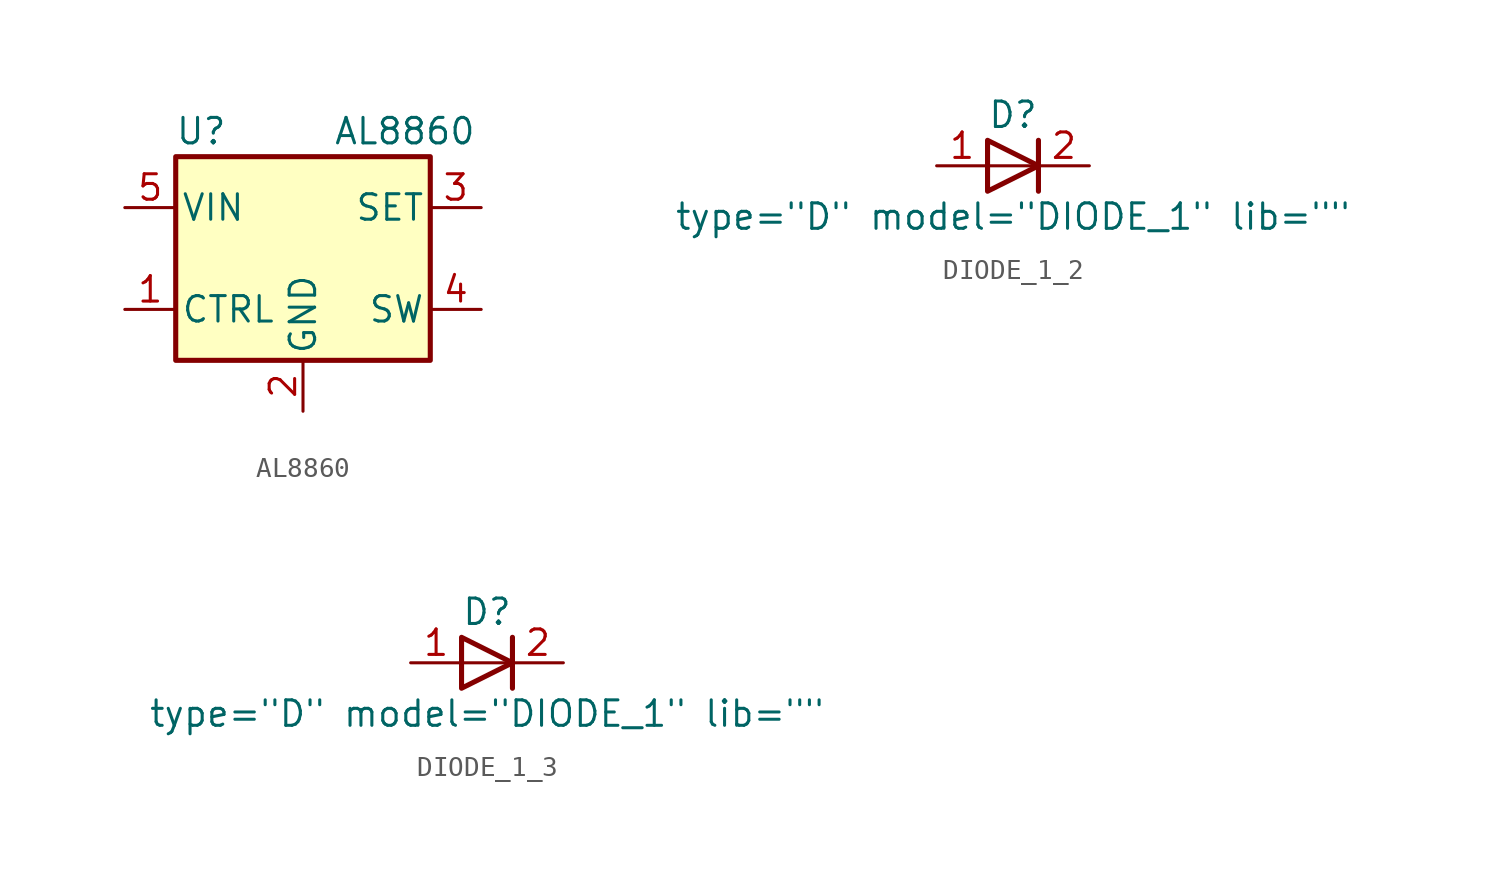
<source format=kicad_sym>
(kicad_symbol_lib
  (version 20231120)
  (generator "kicad_symbol_editor")
  (generator_version "8.0")
  (symbol "AL8860"
    (pin_names
      (offset 0.254))
    (property "Reference" "U"
      (at -5.08 6.35 0)
      (effects (font (size 1.27 1.27))))
    (property "Value" "AL8860"
      (at 5.08 6.35 0)
      (effects (font (size 1.27 1.27))))
    (symbol "AL8860_0_1"
      (rectangle (start -6.35 5.08) (end 6.35 -5.08) (stroke (width 0.254) (type default)) (fill (type background))))
    (symbol "AL8860_1_1"
      (pin passive line (at -8.89 -2.54 0) (length 2.54) (name "CTRL" (effects (font (size 1.27 1.27)))) (number "1" (effects (font (size 1.27 1.27)))))
      (pin passive line (at 0 -7.62 90) (length 2.54) (name "GND" (effects (font (size 1.27 1.27)))) (number "2" (effects (font (size 1.27 1.27)))))
      (pin passive line (at 8.89 2.54 180) (length 2.54) (name "SET" (effects (font (size 1.27 1.27)))) (number "3" (effects (font (size 1.27 1.27)))))
      (pin passive line (at 8.89 -2.54 180) (length 2.54) (name "SW" (effects (font (size 1.27 1.27)))) (number "4" (effects (font (size 1.27 1.27)))))
      (pin passive line (at -8.89 2.54 0) (length 2.54) (name "VIN" (effects (font (size 1.27 1.27)))) (number "5" (effects (font (size 1.27 1.27)))))))
  (symbol "DIODE_1_2"
    (pin_names
      (offset 1.016) hide)
    (property "Reference" "D"
      (at 0 2.54 0)
      (effects (font (size 1.27 1.27))))
    (property "Value" "${SIM.PARAMS}"
      (at 0 -2.54 0)
      (effects (font (size 1.27 1.27))))
    (property "Sim.Params" "type=\"D\" model=\"DIODE_1\" lib=\"\""
      (at 0 0 0)
      (effects (font (size 1.27 1.27)) (hide yes)))
    (symbol "DIODE_1_2_0_1"
      (polyline (pts (xy 1.27 0) (xy -1.27 0)) (stroke (width 0) (type default)) (fill (type none)))
      (polyline (pts (xy 1.27 1.27) (xy 1.27 -1.27)) (stroke (width 0.254) (type default)) (fill (type none)))
      (polyline (pts (xy -1.27 -1.27) (xy -1.27 1.27) (xy 1.27 0) (xy -1.27 -1.27)) (stroke (width 0.254) (type default)) (fill (type none))))
    (symbol "DIODE_1_2_1_1"
      (pin passive line (at -3.81 0 0) (length 2.54) (name "A" (effects (font (size 1.27 1.27)))) (number "1" (effects (font (size 1.27 1.27)))))
      (pin passive line (at 3.81 0 180) (length 2.54) (name "K" (effects (font (size 1.27 1.27)))) (number "2" (effects (font (size 1.27 1.27)))))))
  (symbol "DIODE_1_3"
    (pin_names
      (offset 1.016) hide)
    (property "Reference" "D"
      (at 0 2.54 0)
      (effects (font (size 1.27 1.27))))
    (property "Value" "${SIM.PARAMS}"
      (at 0 -2.54 0)
      (effects (font (size 1.27 1.27))))
    (property "Sim.Params" "type=\"D\" model=\"DIODE_1\" lib=\"\""
      (at 0 0 0)
      (effects (font (size 1.27 1.27)) (hide yes)))
    (symbol "DIODE_1_3_0_1"
      (polyline (pts (xy 1.27 0) (xy -1.27 0)) (stroke (width 0) (type default)) (fill (type none)))
      (polyline (pts (xy 1.27 1.27) (xy 1.27 -1.27)) (stroke (width 0.254) (type default)) (fill (type none)))
      (polyline (pts (xy -1.27 -1.27) (xy -1.27 1.27) (xy 1.27 0) (xy -1.27 -1.27)) (stroke (width 0.254) (type default)) (fill (type none))))
    (symbol "DIODE_1_3_1_1"
      (pin passive line (at -3.81 0 0) (length 2.54) (name "A" (effects (font (size 1.27 1.27)))) (number "1" (effects (font (size 1.27 1.27)))))
      (pin passive line (at 3.81 0 180) (length 2.54) (name "K" (effects (font (size 1.27 1.27)))) (number "2" (effects (font (size 1.27 1.27))))))))
</source>
